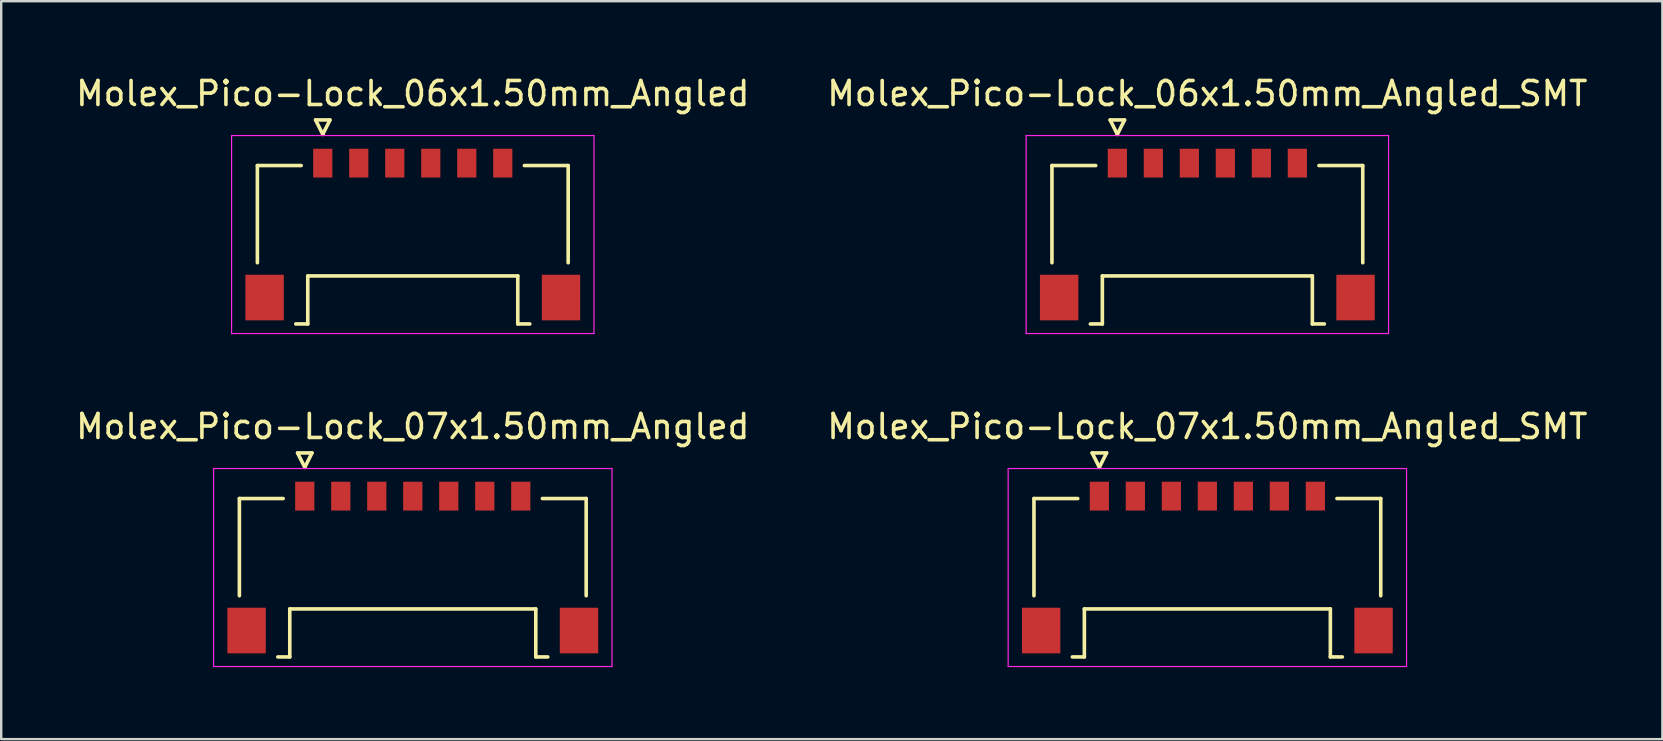
<source format=kicad_pcb>
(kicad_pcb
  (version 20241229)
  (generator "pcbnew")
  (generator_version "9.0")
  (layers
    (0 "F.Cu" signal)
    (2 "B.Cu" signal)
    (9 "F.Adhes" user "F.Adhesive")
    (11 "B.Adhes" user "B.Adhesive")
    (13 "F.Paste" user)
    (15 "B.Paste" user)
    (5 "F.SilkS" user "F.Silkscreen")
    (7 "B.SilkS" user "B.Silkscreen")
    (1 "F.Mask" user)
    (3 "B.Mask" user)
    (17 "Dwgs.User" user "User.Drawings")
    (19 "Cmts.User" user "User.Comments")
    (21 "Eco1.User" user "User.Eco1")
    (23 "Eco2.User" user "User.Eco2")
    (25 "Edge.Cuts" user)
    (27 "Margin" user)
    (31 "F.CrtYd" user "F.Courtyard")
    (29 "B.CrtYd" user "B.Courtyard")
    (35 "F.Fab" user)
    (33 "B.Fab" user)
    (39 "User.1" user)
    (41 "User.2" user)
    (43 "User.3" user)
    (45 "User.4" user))
  (footprint "Molex_Pico-Lock_06x1.50mm_Angled_SMT"
    (layer "F.Cu")
    (at 47.256 6.548)
    (property "Reference" "Molex_Pico-Lock_06x1.50mm_Angled_SMT" (at 0 -5.7 0) (layer "F.SilkS") (effects (font (size 1 1) (thickness 0.15))))
    (attr smd)
    (fp_line (start -6.475 -2.7) (end -6.475 1.35) (stroke (width 0.15) (type solid)) (layer "F.SilkS"))
    (fp_line (start -4.875 3.9) (end -4.375 3.9) (stroke (width 0.15) (type solid)) (layer "F.SilkS"))
    (fp_line (start -4.65 -2.7) (end -6.475 -2.7) (stroke (width 0.15) (type solid)) (layer "F.SilkS"))
    (fp_line (start -4.375 1.9) (end 4.375 1.9) (stroke (width 0.15) (type solid)) (layer "F.SilkS"))
    (fp_line (start -4.375 3.9) (end -4.375 1.9) (stroke (width 0.15) (type solid)) (layer "F.SilkS"))
    (fp_line (start -4.05 -4.6) (end -3.75 -4) (stroke (width 0.15) (type solid)) (layer "F.SilkS"))
    (fp_line (start -3.75 -4) (end -3.45 -4.6) (stroke (width 0.15) (type solid)) (layer "F.SilkS"))
    (fp_line (start -3.45 -4.6) (end -4.05 -4.6) (stroke (width 0.15) (type solid)) (layer "F.SilkS"))
    (fp_line (start 4.375 1.9) (end 4.375 3.9) (stroke (width 0.15) (type solid)) (layer "F.SilkS"))
    (fp_line (start 4.375 3.9) (end 4.875 3.9) (stroke (width 0.15) (type solid)) (layer "F.SilkS"))
    (fp_line (start 4.65 -2.7) (end 6.475 -2.7) (stroke (width 0.15) (type solid)) (layer "F.SilkS"))
    (fp_line (start 6.475 -2.7) (end 6.475 1.35) (stroke (width 0.15) (type solid)) (layer "F.SilkS"))
    (fp_line (start -7.55 -3.95) (end -7.55 4.3) (stroke (width 0.05) (type solid)) (layer "F.CrtYd"))
    (fp_line (start -7.55 4.3) (end 7.55 4.3) (stroke (width 0.05) (type solid)) (layer "F.CrtYd"))
    (fp_line (start 7.55 -3.95) (end -7.55 -3.95) (stroke (width 0.05) (type solid)) (layer "F.CrtYd"))
    (fp_line (start 7.55 4.3) (end 7.55 -3.95) (stroke (width 0.05) (type solid)) (layer "F.CrtYd"))
    (pad "" smd rect (at -6.175 2.8) (size 1.6 1.9) (layers "F.Cu" "F.Mask" "F.Paste"))
    (pad "" smd rect (at 6.175 2.8) (size 1.6 1.9) (layers "F.Cu" "F.Mask" "F.Paste"))
    (pad "1" smd rect (at -3.75 -2.8) (size 0.8 1.2) (layers "F.Cu" "F.Mask" "F.Paste"))
    (pad "2" smd rect (at -2.25 -2.8) (size 0.8 1.2) (layers "F.Cu" "F.Mask" "F.Paste"))
    (pad "3" smd rect (at -0.75 -2.8) (size 0.8 1.2) (layers "F.Cu" "F.Mask" "F.Paste"))
    (pad "4" smd rect (at 0.75 -2.8) (size 0.8 1.2) (layers "F.Cu" "F.Mask" "F.Paste"))
    (pad "5" smd rect (at 2.25 -2.8) (size 0.8 1.2) (layers "F.Cu" "F.Mask" "F.Paste"))
    (pad "6" smd rect (at 3.75 -2.8) (size 0.8 1.2) (layers "F.Cu" "F.Mask" "F.Paste")))
  (footprint "Molex_Pico-Lock_07x1.50mm_Angled_SMT"
    (layer "F.Cu")
    (at 47.256 20.422)
    (property "Reference" "Molex_Pico-Lock_07x1.50mm_Angled_SMT" (at 0 -5.7 0) (layer "F.SilkS") (effects (font (size 1 1) (thickness 0.15))))
    (attr smd)
    (fp_line (start -7.225 -2.7) (end -7.225 1.35) (stroke (width 0.15) (type solid)) (layer "F.SilkS"))
    (fp_line (start -5.625 3.9) (end -5.125 3.9) (stroke (width 0.15) (type solid)) (layer "F.SilkS"))
    (fp_line (start -5.4 -2.7) (end -7.225 -2.7) (stroke (width 0.15) (type solid)) (layer "F.SilkS"))
    (fp_line (start -5.125 1.9) (end 5.125 1.9) (stroke (width 0.15) (type solid)) (layer "F.SilkS"))
    (fp_line (start -5.125 3.9) (end -5.125 1.9) (stroke (width 0.15) (type solid)) (layer "F.SilkS"))
    (fp_line (start -4.8 -4.6) (end -4.5 -4) (stroke (width 0.15) (type solid)) (layer "F.SilkS"))
    (fp_line (start -4.5 -4) (end -4.2 -4.6) (stroke (width 0.15) (type solid)) (layer "F.SilkS"))
    (fp_line (start -4.2 -4.6) (end -4.8 -4.6) (stroke (width 0.15) (type solid)) (layer "F.SilkS"))
    (fp_line (start 5.125 1.9) (end 5.125 3.9) (stroke (width 0.15) (type solid)) (layer "F.SilkS"))
    (fp_line (start 5.125 3.9) (end 5.625 3.9) (stroke (width 0.15) (type solid)) (layer "F.SilkS"))
    (fp_line (start 5.4 -2.7) (end 7.225 -2.7) (stroke (width 0.15) (type solid)) (layer "F.SilkS"))
    (fp_line (start 7.225 -2.7) (end 7.225 1.35) (stroke (width 0.15) (type solid)) (layer "F.SilkS"))
    (fp_line (start -8.3 -3.95) (end -8.3 4.3) (stroke (width 0.05) (type solid)) (layer "F.CrtYd"))
    (fp_line (start -8.3 4.3) (end 8.3 4.3) (stroke (width 0.05) (type solid)) (layer "F.CrtYd"))
    (fp_line (start 8.3 -3.95) (end -8.3 -3.95) (stroke (width 0.05) (type solid)) (layer "F.CrtYd"))
    (fp_line (start 8.3 4.3) (end 8.3 -3.95) (stroke (width 0.05) (type solid)) (layer "F.CrtYd"))
    (pad "" smd rect (at -6.925 2.8) (size 1.6 1.9) (layers "F.Cu" "F.Mask" "F.Paste"))
    (pad "" smd rect (at 6.925 2.8) (size 1.6 1.9) (layers "F.Cu" "F.Mask" "F.Paste"))
    (pad "1" smd rect (at -4.5 -2.8) (size 0.8 1.2) (layers "F.Cu" "F.Mask" "F.Paste"))
    (pad "2" smd rect (at -3 -2.8) (size 0.8 1.2) (layers "F.Cu" "F.Mask" "F.Paste"))
    (pad "3" smd rect (at -1.5 -2.8) (size 0.8 1.2) (layers "F.Cu" "F.Mask" "F.Paste"))
    (pad "4" smd rect (at 0 -2.8) (size 0.8 1.2) (layers "F.Cu" "F.Mask" "F.Paste"))
    (pad "5" smd rect (at 1.5 -2.8) (size 0.8 1.2) (layers "F.Cu" "F.Mask" "F.Paste"))
    (pad "6" smd rect (at 3 -2.8) (size 0.8 1.2) (layers "F.Cu" "F.Mask" "F.Paste"))
    (pad "7" smd rect (at 4.5 -2.8) (size 0.8 1.2) (layers "F.Cu" "F.Mask" "F.Paste")))
  (footprint "Molex_Pico-Lock_07x1.50mm_Angled"
    (layer "F.Cu")
    (at 14.149 20.422)
    (property "Reference" "Molex_Pico-Lock_07x1.50mm_Angled" (at 0 -5.7 0) (layer "F.SilkS") (effects (font (size 1 1) (thickness 0.15))))
    (attr smd)
    (fp_line (start -7.225 -2.7) (end -7.225 1.35) (stroke (width 0.15) (type solid)) (layer "F.SilkS"))
    (fp_line (start -5.625 3.9) (end -5.125 3.9) (stroke (width 0.15) (type solid)) (layer "F.SilkS"))
    (fp_line (start -5.4 -2.7) (end -7.225 -2.7) (stroke (width 0.15) (type solid)) (layer "F.SilkS"))
    (fp_line (start -5.125 1.9) (end 5.125 1.9) (stroke (width 0.15) (type solid)) (layer "F.SilkS"))
    (fp_line (start -5.125 3.9) (end -5.125 1.9) (stroke (width 0.15) (type solid)) (layer "F.SilkS"))
    (fp_line (start -4.8 -4.6) (end -4.5 -4) (stroke (width 0.15) (type solid)) (layer "F.SilkS"))
    (fp_line (start -4.5 -4) (end -4.2 -4.6) (stroke (width 0.15) (type solid)) (layer "F.SilkS"))
    (fp_line (start -4.2 -4.6) (end -4.8 -4.6) (stroke (width 0.15) (type solid)) (layer "F.SilkS"))
    (fp_line (start 5.125 1.9) (end 5.125 3.9) (stroke (width 0.15) (type solid)) (layer "F.SilkS"))
    (fp_line (start 5.125 3.9) (end 5.625 3.9) (stroke (width 0.15) (type solid)) (layer "F.SilkS"))
    (fp_line (start 5.4 -2.7) (end 7.225 -2.7) (stroke (width 0.15) (type solid)) (layer "F.SilkS"))
    (fp_line (start 7.225 -2.7) (end 7.225 1.35) (stroke (width 0.15) (type solid)) (layer "F.SilkS"))
    (fp_line (start -8.3 -3.95) (end -8.3 4.3) (stroke (width 0.05) (type solid)) (layer "F.CrtYd"))
    (fp_line (start -8.3 4.3) (end 8.3 4.3) (stroke (width 0.05) (type solid)) (layer "F.CrtYd"))
    (fp_line (start 8.3 -3.95) (end -8.3 -3.95) (stroke (width 0.05) (type solid)) (layer "F.CrtYd"))
    (fp_line (start 8.3 4.3) (end 8.3 -3.95) (stroke (width 0.05) (type solid)) (layer "F.CrtYd"))
    (pad "" smd rect (at -6.925 2.8) (size 1.6 1.9) (layers "F.Cu" "F.Mask" "F.Paste"))
    (pad "" smd rect (at 6.925 2.8) (size 1.6 1.9) (layers "F.Cu" "F.Mask" "F.Paste"))
    (pad "1" smd rect (at -4.5 -2.8) (size 0.8 1.2) (layers "F.Cu" "F.Mask" "F.Paste"))
    (pad "2" smd rect (at -3 -2.8) (size 0.8 1.2) (layers "F.Cu" "F.Mask" "F.Paste"))
    (pad "3" smd rect (at -1.5 -2.8) (size 0.8 1.2) (layers "F.Cu" "F.Mask" "F.Paste"))
    (pad "4" smd rect (at 0 -2.8) (size 0.8 1.2) (layers "F.Cu" "F.Mask" "F.Paste"))
    (pad "5" smd rect (at 1.5 -2.8) (size 0.8 1.2) (layers "F.Cu" "F.Mask" "F.Paste"))
    (pad "6" smd rect (at 3 -2.8) (size 0.8 1.2) (layers "F.Cu" "F.Mask" "F.Paste"))
    (pad "7" smd rect (at 4.5 -2.8) (size 0.8 1.2) (layers "F.Cu" "F.Mask" "F.Paste")))
  (footprint "Molex_Pico-Lock_06x1.50mm_Angled"
    (layer "F.Cu")
    (at 14.149 6.548)
    (property "Reference" "Molex_Pico-Lock_06x1.50mm_Angled" (at 0 -5.7 0) (layer "F.SilkS") (effects (font (size 1 1) (thickness 0.15))))
    (attr smd)
    (fp_line (start -6.475 -2.7) (end -6.475 1.35) (stroke (width 0.15) (type solid)) (layer "F.SilkS"))
    (fp_line (start -4.875 3.9) (end -4.375 3.9) (stroke (width 0.15) (type solid)) (layer "F.SilkS"))
    (fp_line (start -4.65 -2.7) (end -6.475 -2.7) (stroke (width 0.15) (type solid)) (layer "F.SilkS"))
    (fp_line (start -4.375 1.9) (end 4.375 1.9) (stroke (width 0.15) (type solid)) (layer "F.SilkS"))
    (fp_line (start -4.375 3.9) (end -4.375 1.9) (stroke (width 0.15) (type solid)) (layer "F.SilkS"))
    (fp_line (start -4.05 -4.6) (end -3.75 -4) (stroke (width 0.15) (type solid)) (layer "F.SilkS"))
    (fp_line (start -3.75 -4) (end -3.45 -4.6) (stroke (width 0.15) (type solid)) (layer "F.SilkS"))
    (fp_line (start -3.45 -4.6) (end -4.05 -4.6) (stroke (width 0.15) (type solid)) (layer "F.SilkS"))
    (fp_line (start 4.375 1.9) (end 4.375 3.9) (stroke (width 0.15) (type solid)) (layer "F.SilkS"))
    (fp_line (start 4.375 3.9) (end 4.875 3.9) (stroke (width 0.15) (type solid)) (layer "F.SilkS"))
    (fp_line (start 4.65 -2.7) (end 6.475 -2.7) (stroke (width 0.15) (type solid)) (layer "F.SilkS"))
    (fp_line (start 6.475 -2.7) (end 6.475 1.35) (stroke (width 0.15) (type solid)) (layer "F.SilkS"))
    (fp_line (start -7.55 -3.95) (end -7.55 4.3) (stroke (width 0.05) (type solid)) (layer "F.CrtYd"))
    (fp_line (start -7.55 4.3) (end 7.55 4.3) (stroke (width 0.05) (type solid)) (layer "F.CrtYd"))
    (fp_line (start 7.55 -3.95) (end -7.55 -3.95) (stroke (width 0.05) (type solid)) (layer "F.CrtYd"))
    (fp_line (start 7.55 4.3) (end 7.55 -3.95) (stroke (width 0.05) (type solid)) (layer "F.CrtYd"))
    (pad "" smd rect (at -6.175 2.8) (size 1.6 1.9) (layers "F.Cu" "F.Mask" "F.Paste"))
    (pad "" smd rect (at 6.175 2.8) (size 1.6 1.9) (layers "F.Cu" "F.Mask" "F.Paste"))
    (pad "1" smd rect (at -3.75 -2.8) (size 0.8 1.2) (layers "F.Cu" "F.Mask" "F.Paste"))
    (pad "2" smd rect (at -2.25 -2.8) (size 0.8 1.2) (layers "F.Cu" "F.Mask" "F.Paste"))
    (pad "3" smd rect (at -0.75 -2.8) (size 0.8 1.2) (layers "F.Cu" "F.Mask" "F.Paste"))
    (pad "4" smd rect (at 0.75 -2.8) (size 0.8 1.2) (layers "F.Cu" "F.Mask" "F.Paste"))
    (pad "5" smd rect (at 2.25 -2.8) (size 0.8 1.2) (layers "F.Cu" "F.Mask" "F.Paste"))
    (pad "6" smd rect (at 3.75 -2.8) (size 0.8 1.2) (layers "F.Cu" "F.Mask" "F.Paste")))
  (gr_rect
    (start -3 -3)
    (end 66.214 27.747)
    (stroke (width 0.1) (type default))
    (fill no)
    (layer "Edge.Cuts")))
</source>
